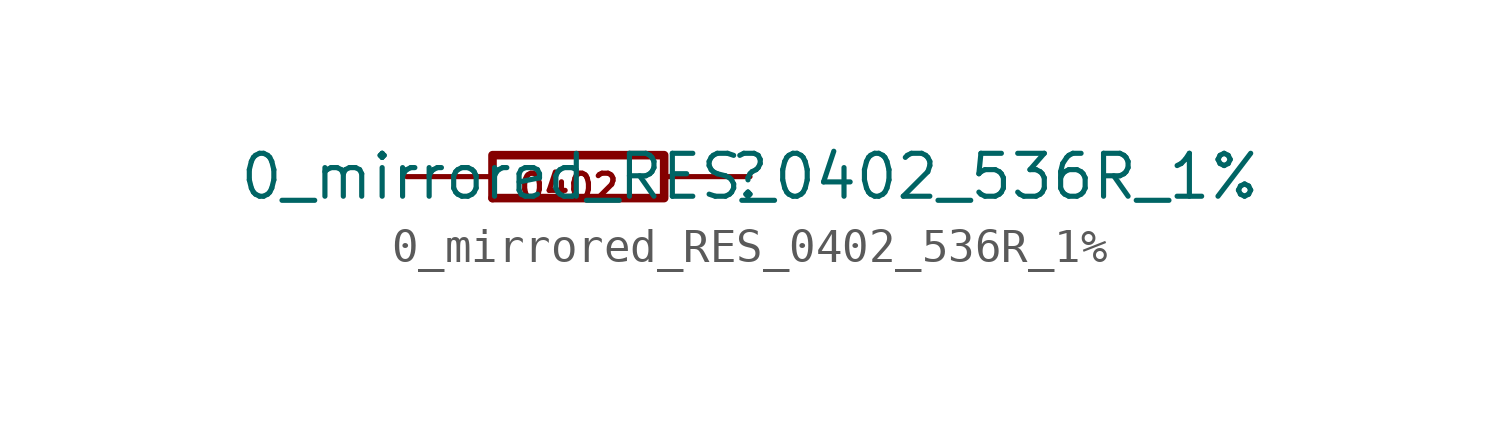
<source format=kicad_sym>
(kicad_symbol_lib
  (version 20211014)
  (generator kicad_symbol_editor)
  (symbol "0_mirrored_RES_0402_536R_1%"
    (property "Reference" ""
      (at 0 0 0)
      (effects (font (size 1.27 1.27))))
    (property "Value" "0_mirrored_RES_0402_536R_1%"
      (at 0 0 0)
      (effects (font (size 1.27 1.27))))
    (symbol "0_mirrored_RES_0402_536R_1%_1_0"
      (polyline (pts (xy -7.62 -0.635) (xy -7.62 0)) (stroke (width 0.254) (type default) (color 0 0 0 0)) (fill (type none)))
      (polyline (pts (xy -7.62 0) (xy -7.62 0.635) (xy -2.54 0.635) (xy -2.54 -0.635) (xy -7.62 -0.635)) (stroke (width 0.254) (type default) (color 0 0 0 0)) (fill (type none)))
      (text "0402" (at -3.81 -0.762 0) (effects (font (size 0.762 0.762)) (justify right bottom)))
      (pin passive line (at 0 0 180) (length 2.54) (name "1" (effects (font (size 0 0)))) (number "1" (effects (font (size 0 0)))))
      (pin passive line (at -10.16 0 0) (length 2.54) (name "2" (effects (font (size 0 0)))) (number "2" (effects (font (size 0 0))))))))
</source>
